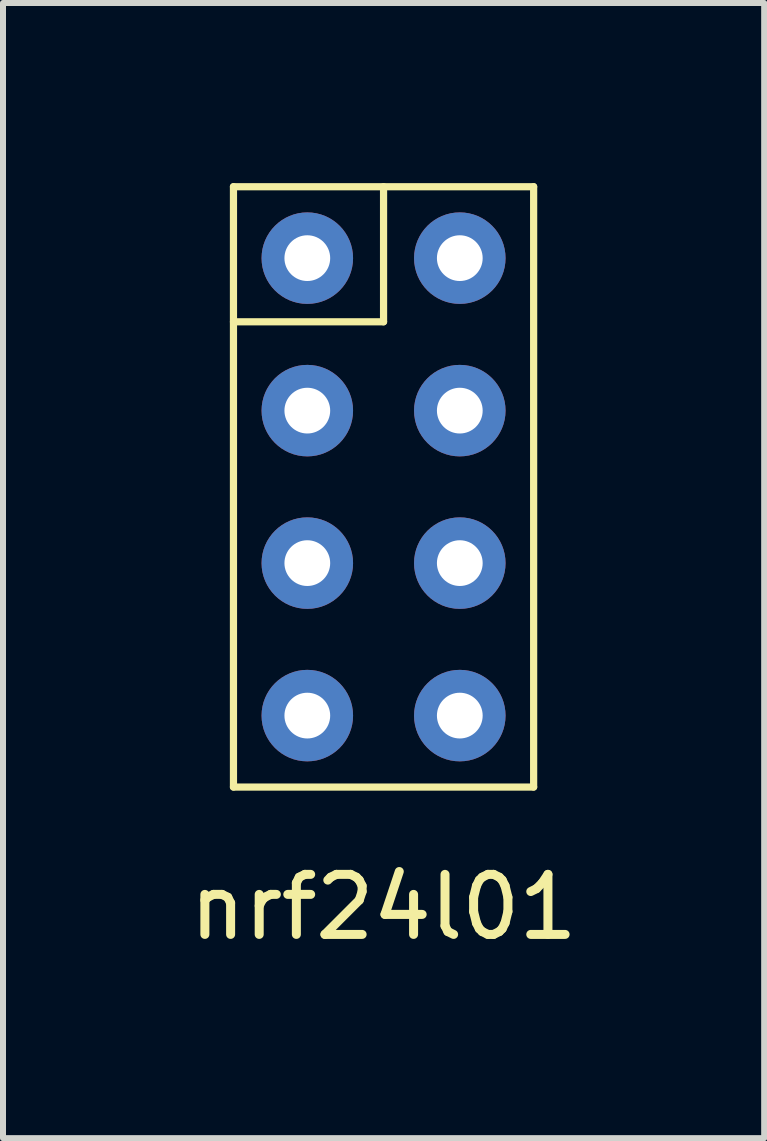
<source format=kicad_pcb>
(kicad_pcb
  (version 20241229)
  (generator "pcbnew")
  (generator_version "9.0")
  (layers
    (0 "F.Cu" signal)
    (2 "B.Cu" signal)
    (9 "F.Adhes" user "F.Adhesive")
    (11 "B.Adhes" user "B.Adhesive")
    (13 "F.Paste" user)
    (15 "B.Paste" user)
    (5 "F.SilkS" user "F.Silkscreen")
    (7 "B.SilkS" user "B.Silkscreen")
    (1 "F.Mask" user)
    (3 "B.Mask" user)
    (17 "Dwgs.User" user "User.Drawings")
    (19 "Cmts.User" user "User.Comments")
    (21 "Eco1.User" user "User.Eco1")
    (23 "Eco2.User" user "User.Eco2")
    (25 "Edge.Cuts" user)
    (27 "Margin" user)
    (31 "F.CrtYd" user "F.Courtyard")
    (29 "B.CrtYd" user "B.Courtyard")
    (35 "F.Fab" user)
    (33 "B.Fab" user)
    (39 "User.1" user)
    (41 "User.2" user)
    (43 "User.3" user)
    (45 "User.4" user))
  (footprint "nrf24l01"
    (layer "F.Cu")
    (at 3.339 5.06)
    (property "Reference" "nrf24l01" (at 0 7 0) (layer "F.SilkS") (effects (font (size 1 1) (thickness 0.15))))
    (attr through_hole)
    (fp_line (start -2.5 -5) (end -2.5 5) (stroke (width 0.12) (type solid)) (layer "F.SilkS"))
    (fp_line (start -2.5 -2.75) (end 0 -2.75) (stroke (width 0.12) (type solid)) (layer "F.SilkS"))
    (fp_line (start -2.5 5) (end 2.5 5) (stroke (width 0.12) (type solid)) (layer "F.SilkS"))
    (fp_line (start 0 -2.75) (end 0 -5) (stroke (width 0.12) (type solid)) (layer "F.SilkS"))
    (fp_line (start 2.5 -5) (end -2.5 -5) (stroke (width 0.12) (type solid)) (layer "F.SilkS"))
    (fp_line (start 2.5 5) (end 2.5 -5) (stroke (width 0.12) (type solid)) (layer "F.SilkS"))
    (pad "1" thru_hole circle (at -1.27 -3.81) (size 1.524 1.524) (drill 0.762) (layers "*.Cu" "*.Mask"))
    (pad "2" thru_hole circle (at -1.27 -1.27) (size 1.524 1.524) (drill 0.762) (layers "*.Cu" "*.Mask"))
    (pad "3" thru_hole circle (at -1.27 1.27) (size 1.524 1.524) (drill 0.762) (layers "*.Cu" "*.Mask"))
    (pad "4" thru_hole circle (at -1.27 3.81) (size 1.524 1.524) (drill 0.762) (layers "*.Cu" "*.Mask"))
    (pad "5" thru_hole circle (at 1.27 3.81) (size 1.524 1.524) (drill 0.762) (layers "*.Cu" "*.Mask"))
    (pad "6" thru_hole circle (at 1.27 1.27) (size 1.524 1.524) (drill 0.762) (layers "*.Cu" "*.Mask"))
    (pad "7" thru_hole circle (at 1.27 -1.27) (size 1.524 1.524) (drill 0.762) (layers "*.Cu" "*.Mask"))
    (pad "8" thru_hole circle (at 1.27 -3.81) (size 1.524 1.524) (drill 0.762) (layers "*.Cu" "*.Mask")))
  (gr_rect
    (start -3 -3)
    (end 9.679 15.908)
    (stroke (width 0.1) (type default))
    (fill no)
    (layer "Edge.Cuts")))
</source>
